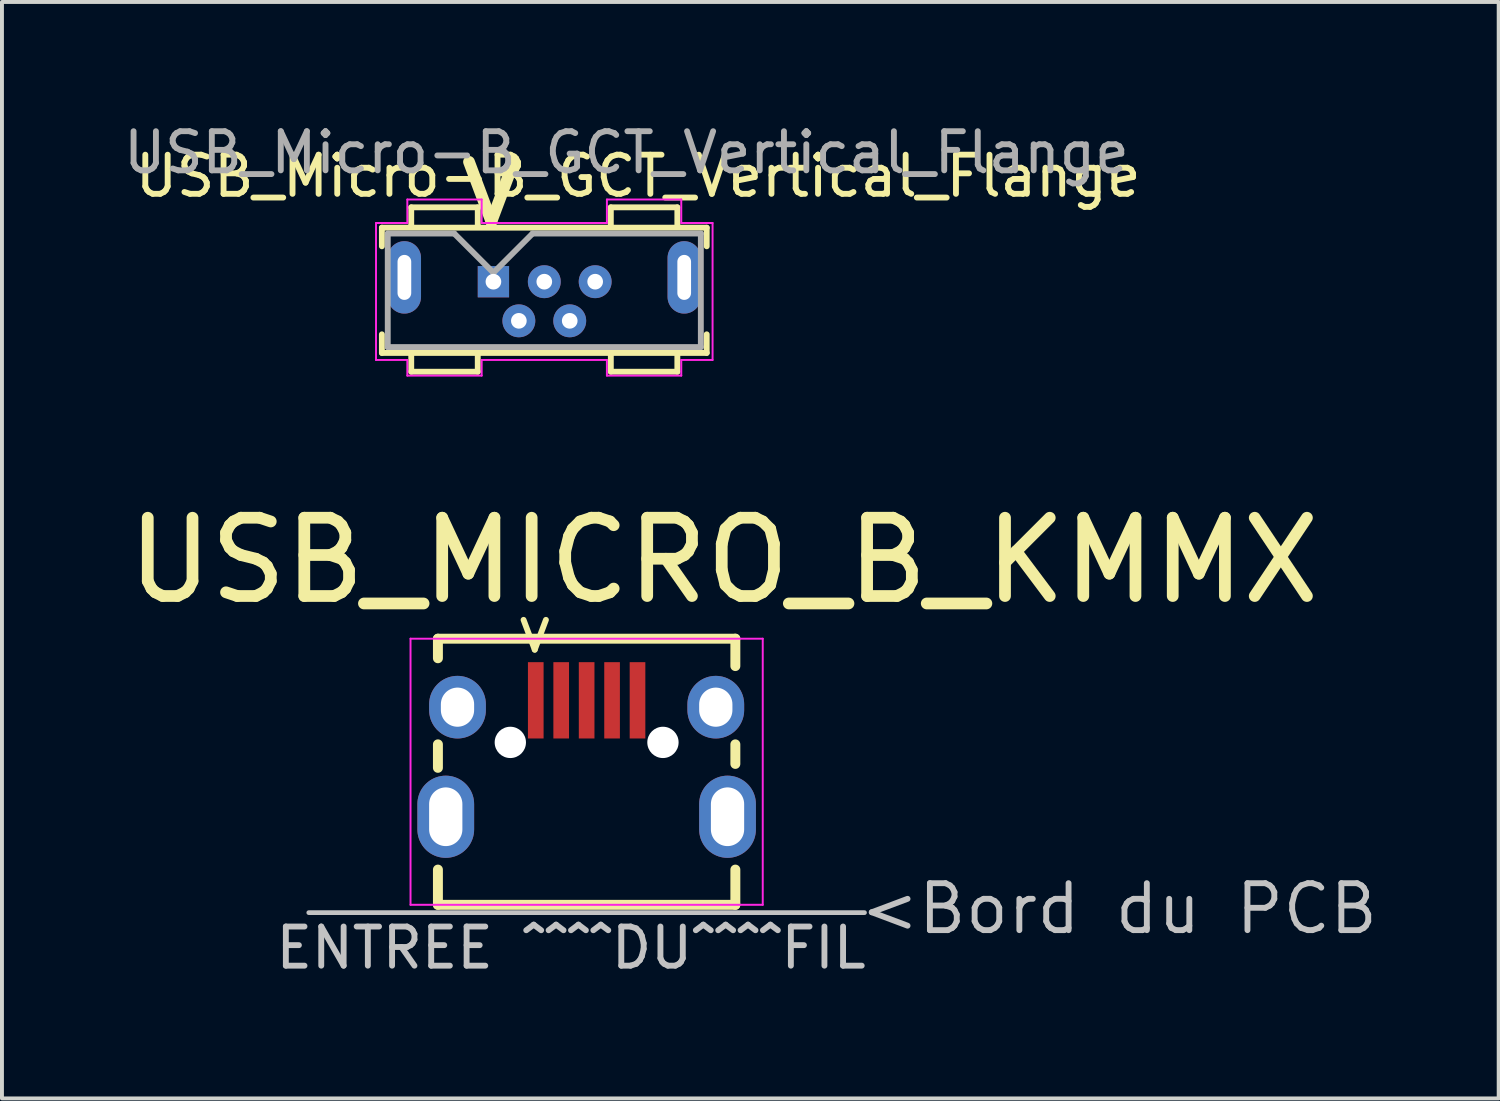
<source format=kicad_pcb>
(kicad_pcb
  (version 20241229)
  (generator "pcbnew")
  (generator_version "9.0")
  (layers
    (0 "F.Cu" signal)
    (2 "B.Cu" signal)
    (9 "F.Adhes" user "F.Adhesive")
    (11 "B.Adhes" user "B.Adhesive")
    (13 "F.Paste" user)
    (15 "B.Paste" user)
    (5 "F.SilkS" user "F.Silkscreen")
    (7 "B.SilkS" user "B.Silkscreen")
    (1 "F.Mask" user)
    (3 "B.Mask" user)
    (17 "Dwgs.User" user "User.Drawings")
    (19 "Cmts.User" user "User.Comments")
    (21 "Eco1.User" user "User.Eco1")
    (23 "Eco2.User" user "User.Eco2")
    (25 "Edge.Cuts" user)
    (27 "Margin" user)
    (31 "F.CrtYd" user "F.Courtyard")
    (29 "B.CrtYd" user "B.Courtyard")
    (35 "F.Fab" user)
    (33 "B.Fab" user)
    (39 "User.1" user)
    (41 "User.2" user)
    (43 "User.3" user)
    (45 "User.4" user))
  (footprint "USB_MICRO_B_KMMX"
    (layer "F.Cu")
    (at 11.94 14.47)
    (property "Reference" "USB_MICRO_B_KMMX" (at 3.5 -3.2 0) (layer "F.SilkS") (effects (font (size 2 2) (thickness 0.3))))
    (attr through_hole)
    (fp_line (start -3.8 -1.2) (end 3.8 -1.2) (stroke (width 0.254) (type solid)) (layer "F.SilkS"))
    (fp_line (start -3.8 -0.7) (end -3.8 -1.2) (stroke (width 0.254) (type solid)) (layer "F.SilkS"))
    (fp_line (start -3.8 2.1) (end -3.8 1.5) (stroke (width 0.254) (type solid)) (layer "F.SilkS"))
    (fp_line (start -3.8 5.6) (end -3.8 4.7) (stroke (width 0.254) (type solid)) (layer "F.SilkS"))
    (fp_line (start 3.8 -1.2) (end 3.8 -0.5) (stroke (width 0.254) (type solid)) (layer "F.SilkS"))
    (fp_line (start 3.8 1.5) (end 3.8 2) (stroke (width 0.254) (type solid)) (layer "F.SilkS"))
    (fp_line (start 3.8 4.7) (end 3.8 5.6) (stroke (width 0.254) (type solid)) (layer "F.SilkS"))
    (fp_line (start 3.8 5.6) (end -3.8 5.6) (stroke (width 0.254) (type solid)) (layer "F.SilkS"))
    (fp_line (start -7.1 5.8) (end 7.1 5.8) (stroke (width 0.12) (type solid)) (layer "Dwgs.User"))
    (fp_line (start -4.5 -1.2) (end 4.5 -1.2) (stroke (width 0.05) (type solid)) (layer "F.CrtYd"))
    (fp_line (start -4.5 5.6) (end -4.5 -1.2) (stroke (width 0.05) (type solid)) (layer "F.CrtYd"))
    (fp_line (start 4.5 -1.2) (end 4.5 5.6) (stroke (width 0.05) (type solid)) (layer "F.CrtYd"))
    (fp_line (start 4.5 5.6) (end -4.5 5.6) (stroke (width 0.05) (type solid)) (layer "F.CrtYd"))
    (fp_text user "<" (at -1.4 -1.3 90) (unlocked yes) (layer "F.SilkS") (effects (font (size 1 1) (thickness 0.15))))
    (fp_text user "<Bord du PCB" (at 13.6 5.7 0) (layer "Dwgs.User") (effects (font (size 1.2 1.2) (thickness 0.15))))
    (fp_text user "ENTREE ^^^^DU^^^^FIL" (at -0.4 6.7 0) (layer "Dwgs.User") (effects (font (size 1 1) (thickness 0.15))))
    (pad "" np_thru_hole circle (at -1.95 1.45 90) (size 0.8 0.8) (drill 0.8) (layers "*.Cu" "*.Mask"))
    (pad "" np_thru_hole circle (at 1.95 1.45) (size 0.8 0.8) (drill 0.8) (layers "*.Cu" "*.Mask"))
    (pad "1" smd rect (at -1.3 0.375 90) (size 1.95 0.4) (layers "F.Cu" "F.Mask" "F.Paste"))
    (pad "2" smd rect (at -0.65 0.375 90) (size 1.95 0.4) (layers "F.Cu" "F.Mask" "F.Paste"))
    (pad "3" smd rect (at 0 0.375 90) (size 1.95 0.4) (layers "F.Cu" "F.Mask" "F.Paste"))
    (pad "4" smd rect (at 0.65 0.375 90) (size 1.95 0.4) (layers "F.Cu" "F.Mask" "F.Paste"))
    (pad "5" smd rect (at 1.3 0.375 90) (size 1.95 0.4) (layers "F.Cu" "F.Mask" "F.Paste"))
    (pad "6" thru_hole oval (at -3.3 0.55) (size 1.45 1.6) (drill oval 0.85 1) (layers "*.Cu" "*.Mask"))
    (pad "7" thru_hole oval (at 3.3 0.55) (size 1.45 1.6) (drill oval 0.85 1) (layers "*.Cu" "*.Mask"))
    (pad "8" thru_hole oval (at -3.6 3.35) (size 1.45 2.1) (drill oval 0.85 1.5) (layers "*.Cu" "*.Mask"))
    (pad "9" thru_hole oval (at 3.6 3.35) (size 1.45 2.1) (drill oval 0.85 1.5) (layers "*.Cu" "*.Mask")))
  (footprint "USB_Micro-B_GCT_Vertical_Flange"
    (layer "F.Cu")
    (at 9.558 4.148)
    (property "Reference" "USB_Micro-B_GCT_Vertical_Flange" (at 3.7 -2.7 0) (layer "F.SilkS") (effects (font (size 1 1) (thickness 0.15))))
    (attr through_hole)
    (fp_line (start -2.85 -1.38) (end 5.45 -1.38) (stroke (width 0.15) (type solid)) (layer "F.SilkS"))
    (fp_line (start -2.85 -0.905) (end -2.85 -1.38) (stroke (width 0.15) (type solid)) (layer "F.SilkS"))
    (fp_line (start -2.85 1.345) (end -2.85 1.82) (stroke (width 0.15) (type solid)) (layer "F.SilkS"))
    (fp_line (start -2.85 1.82) (end 5.45 1.82) (stroke (width 0.15) (type solid)) (layer "F.SilkS"))
    (fp_line (start -2.1 -1.9) (end -2.1 -1.4) (stroke (width 0.15) (type solid)) (layer "F.SilkS"))
    (fp_line (start -2.1 1.8) (end -2.1 2.3) (stroke (width 0.15) (type solid)) (layer "F.SilkS"))
    (fp_line (start -2.1 2.3) (end -0.4 2.3) (stroke (width 0.15) (type solid)) (layer "F.SilkS"))
    (fp_line (start -0.4 -1.9) (end -2.1 -1.9) (stroke (width 0.15) (type solid)) (layer "F.SilkS"))
    (fp_line (start -0.4 -1.4) (end -0.4 -1.9) (stroke (width 0.15) (type solid)) (layer "F.SilkS"))
    (fp_line (start -0.4 2.3) (end -0.4 1.8) (stroke (width 0.15) (type solid)) (layer "F.SilkS"))
    (fp_line (start 3 -1.9) (end 3 -1.4) (stroke (width 0.15) (type solid)) (layer "F.SilkS"))
    (fp_line (start 3 1.8) (end 3 2.3) (stroke (width 0.15) (type solid)) (layer "F.SilkS"))
    (fp_line (start 3 2.3) (end 4.7 2.3) (stroke (width 0.15) (type solid)) (layer "F.SilkS"))
    (fp_line (start 4.7 -1.9) (end 3 -1.9) (stroke (width 0.15) (type solid)) (layer "F.SilkS"))
    (fp_line (start 4.7 -1.4) (end 4.7 -1.9) (stroke (width 0.15) (type solid)) (layer "F.SilkS"))
    (fp_line (start 4.7 2.3) (end 4.7 1.8) (stroke (width 0.15) (type solid)) (layer "F.SilkS"))
    (fp_line (start 5.45 -1.38) (end 5.45 -0.905) (stroke (width 0.15) (type solid)) (layer "F.SilkS"))
    (fp_line (start 5.45 1.82) (end 5.45 1.345) (stroke (width 0.15) (type solid)) (layer "F.SilkS"))
    (fp_line (start -3 -1.5) (end -2.2 -1.5) (stroke (width 0.05) (type solid)) (layer "F.CrtYd"))
    (fp_line (start -3 2) (end -3 -1.5) (stroke (width 0.05) (type solid)) (layer "F.CrtYd"))
    (fp_line (start -2.2 -2.1) (end -0.3 -2.1) (stroke (width 0.05) (type solid)) (layer "F.CrtYd"))
    (fp_line (start -2.2 -1.5) (end -2.2 -2.1) (stroke (width 0.05) (type solid)) (layer "F.CrtYd"))
    (fp_line (start -2.2 2) (end -3 2) (stroke (width 0.05) (type solid)) (layer "F.CrtYd"))
    (fp_line (start -2.2 2.4) (end -2.2 2) (stroke (width 0.05) (type solid)) (layer "F.CrtYd"))
    (fp_line (start -0.3 -2.1) (end -0.3 -1.5) (stroke (width 0.05) (type solid)) (layer "F.CrtYd"))
    (fp_line (start -0.3 -1.5) (end 2.9 -1.5) (stroke (width 0.05) (type solid)) (layer "F.CrtYd"))
    (fp_line (start -0.3 2) (end -0.3 2.4) (stroke (width 0.05) (type solid)) (layer "F.CrtYd"))
    (fp_line (start -0.3 2.4) (end -2.2 2.4) (stroke (width 0.05) (type solid)) (layer "F.CrtYd"))
    (fp_line (start 2.9 -2.1) (end 4.8 -2.1) (stroke (width 0.05) (type solid)) (layer "F.CrtYd"))
    (fp_line (start 2.9 -1.5) (end 2.9 -2.1) (stroke (width 0.05) (type solid)) (layer "F.CrtYd"))
    (fp_line (start 2.9 2) (end -0.3 2) (stroke (width 0.05) (type solid)) (layer "F.CrtYd"))
    (fp_line (start 2.9 2.4) (end 2.9 2) (stroke (width 0.05) (type solid)) (layer "F.CrtYd"))
    (fp_line (start 4.8 -2.1) (end 4.8 -1.5) (stroke (width 0.05) (type solid)) (layer "F.CrtYd"))
    (fp_line (start 4.8 -1.5) (end 5.6 -1.5) (stroke (width 0.05) (type solid)) (layer "F.CrtYd"))
    (fp_line (start 4.8 2) (end 4.8 2.4) (stroke (width 0.05) (type solid)) (layer "F.CrtYd"))
    (fp_line (start 4.8 2.4) (end 2.9 2.4) (stroke (width 0.05) (type solid)) (layer "F.CrtYd"))
    (fp_line (start 5.6 -1.5) (end 5.6 2) (stroke (width 0.05) (type solid)) (layer "F.CrtYd"))
    (fp_line (start 5.6 2) (end 4.8 2) (stroke (width 0.05) (type solid)) (layer "F.CrtYd"))
    (fp_line (start -2.7 -1.23) (end -1 -1.23) (stroke (width 0.15) (type solid)) (layer "F.Fab"))
    (fp_line (start -2.7 1.67) (end -2.7 -1.23) (stroke (width 0.15) (type solid)) (layer "F.Fab"))
    (fp_line (start -1 -1.23) (end 0 -0.23) (stroke (width 0.15) (type solid)) (layer "F.Fab"))
    (fp_line (start 0 -0.23) (end 1 -1.23) (stroke (width 0.15) (type solid)) (layer "F.Fab"))
    (fp_line (start 1 -1.23) (end 5.3 -1.23) (stroke (width 0.15) (type solid)) (layer "F.Fab"))
    (fp_line (start 5.3 -1.23) (end 5.3 1.67) (stroke (width 0.15) (type solid)) (layer "F.Fab"))
    (fp_line (start 5.3 1.67) (end -2.7 1.67) (stroke (width 0.15) (type solid)) (layer "F.Fab"))
    (fp_text user "<" (at -0.2 -2.3 90) (unlocked yes) (layer "F.SilkS") (effects (font (size 2 2) (thickness 0.3))))
    (fp_text user "${REFERENCE}" (at 3.4 -3.3 0) (layer "F.Fab") (effects (font (size 1 1) (thickness 0.15))))
    (pad "1" thru_hole rect (at 0 0) (size 0.8 0.8) (drill 0.4) (layers "*.Cu" "*.Mask"))
    (pad "2" thru_hole circle (at 0.65 1) (size 0.84 0.84) (drill 0.4) (layers "*.Cu" "*.Mask"))
    (pad "3" thru_hole circle (at 1.3 0) (size 0.84 0.84) (drill 0.4) (layers "*.Cu" "*.Mask"))
    (pad "4" thru_hole circle (at 1.95 1) (size 0.84 0.84) (drill 0.4) (layers "*.Cu" "*.Mask"))
    (pad "5" thru_hole circle (at 2.6 0) (size 0.84 0.84) (drill 0.4) (layers "*.Cu" "*.Mask"))
    (pad "6" thru_hole oval (at -2.275 -0.11) (size 0.85 1.85) (drill oval 0.35 1.15) (layers "*.Cu" "*.Mask"))
    (pad "6" thru_hole oval (at 4.875 -0.11) (size 0.85 1.85) (drill oval 0.35 1.15) (layers "*.Cu" "*.Mask")))
  (gr_rect
    (start -3 -3)
    (end 35.245 25.018)
    (stroke (width 0.1) (type default))
    (fill no)
    (layer "Edge.Cuts")))
</source>
